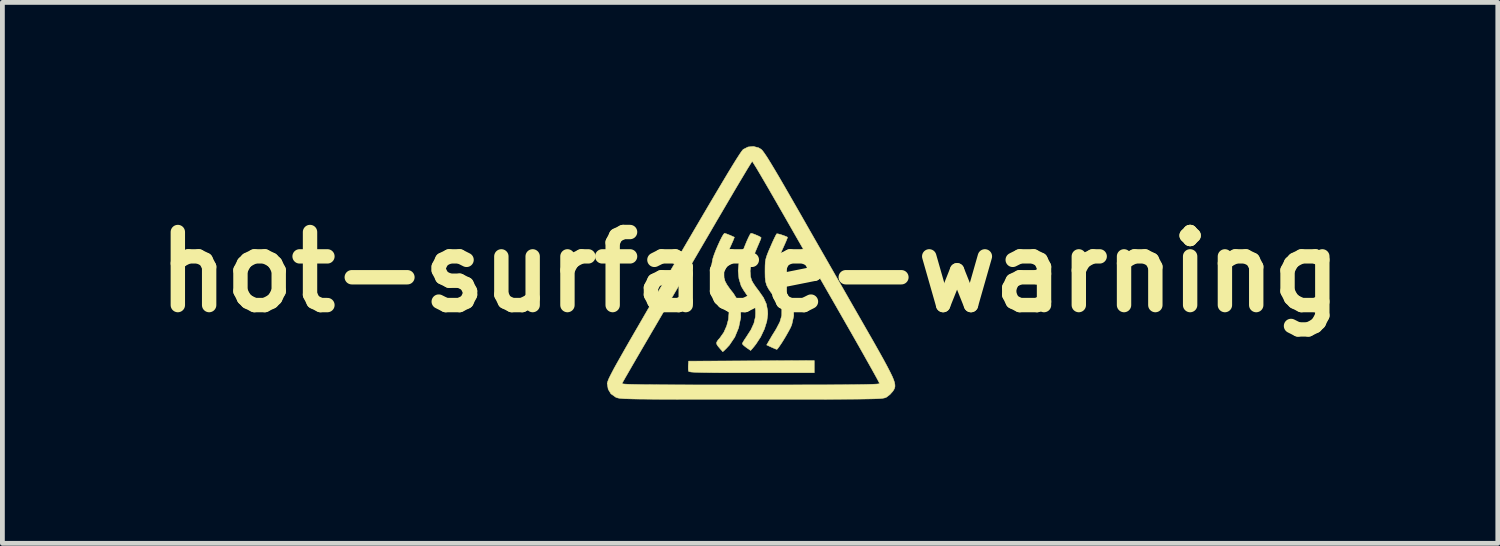
<source format=kicad_pcb>
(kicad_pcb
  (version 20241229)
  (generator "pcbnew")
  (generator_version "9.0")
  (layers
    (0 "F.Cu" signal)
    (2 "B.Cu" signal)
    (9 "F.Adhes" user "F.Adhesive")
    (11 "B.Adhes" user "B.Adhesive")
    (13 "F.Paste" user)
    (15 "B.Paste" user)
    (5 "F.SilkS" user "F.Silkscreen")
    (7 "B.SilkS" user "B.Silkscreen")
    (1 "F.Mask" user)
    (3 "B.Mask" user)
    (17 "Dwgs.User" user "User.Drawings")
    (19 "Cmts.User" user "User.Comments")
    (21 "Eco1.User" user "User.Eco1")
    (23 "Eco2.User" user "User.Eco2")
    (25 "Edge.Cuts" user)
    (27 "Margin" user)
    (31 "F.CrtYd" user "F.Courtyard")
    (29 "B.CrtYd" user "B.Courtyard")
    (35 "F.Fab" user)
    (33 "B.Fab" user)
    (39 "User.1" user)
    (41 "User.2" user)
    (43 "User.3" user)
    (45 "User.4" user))
  (footprint "hot-surface-warning"
    (layer "F.Cu")
    (at 12.598 2.625)
    (property "Reference" "hot-surface-warning" (at 0 0 0) (layer "F.SilkS") (effects (font (size 1.524 1.524) (thickness 0.3))))
    (attr through_hole)
    (fp_poly (pts (xy 1.339 2.101) (xy 0.034 2.101) (xy -0.25 2.101) (xy -0.492 2.101) (xy -0.693 2.1) (xy -0.859 2.098) (xy -0.992 2.096) (xy -1.095 2.093) (xy -1.172 2.09) (xy -1.226 2.086) (xy -1.261 2.08) (xy -1.279 2.074) (xy -1.284 2.069) (xy -1.29 2.026) (xy -1.29 1.961) (xy -1.289 1.948) (xy -1.282 1.859) (xy 0.029 1.853) (xy 1.339 1.847) (xy 1.339 2.101)) (stroke (width 0.01) (type solid)) (fill yes) (layer "F.SilkS"))
    (fp_poly (pts (xy -0.5 -0.799) (xy -0.442 -0.777) (xy -0.375 -0.748) (xy -0.328 -0.726) (xy -0.335 -0.705) (xy -0.357 -0.65) (xy -0.392 -0.571) (xy -0.432 -0.482) (xy -0.482 -0.37) (xy -0.514 -0.283) (xy -0.534 -0.209) (xy -0.545 -0.132) (xy -0.55 -0.052) (xy -0.552 0.042) (xy -0.545 0.119) (xy -0.524 0.188) (xy -0.485 0.261) (xy -0.425 0.348) (xy -0.345 0.45) (xy -0.25 0.603) (xy -0.199 0.767) (xy -0.194 0.939) (xy -0.195 0.95) (xy -0.239 1.163) (xy -0.319 1.357) (xy -0.432 1.525) (xy -0.501 1.599) (xy -0.569 1.663) (xy -0.615 1.611) (xy -0.671 1.545) (xy -0.698 1.501) (xy -0.697 1.464) (xy -0.669 1.42) (xy -0.626 1.371) (xy -0.547 1.258) (xy -0.488 1.125) (xy -0.451 0.986) (xy -0.44 0.852) (xy -0.459 0.737) (xy -0.463 0.725) (xy -0.488 0.677) (xy -0.534 0.607) (xy -0.591 0.53) (xy -0.598 0.522) (xy -0.659 0.441) (xy -0.713 0.363) (xy -0.75 0.303) (xy -0.751 0.3) (xy -0.782 0.211) (xy -0.8 0.092) (xy -0.805 -0.04) (xy -0.798 -0.17) (xy -0.776 -0.283) (xy -0.749 -0.365) (xy -0.712 -0.461) (xy -0.669 -0.56) (xy -0.626 -0.654) (xy -0.586 -0.733) (xy -0.554 -0.787) (xy -0.533 -0.808) (xy -0.533 -0.808) (xy -0.5 -0.799)) (stroke (width 0.01) (type solid)) (fill yes) (layer "F.SilkS"))
    (fp_poly (pts (xy 0.055 -0.8) (xy 0.11 -0.779) (xy 0.169 -0.754) (xy 0.214 -0.73) (xy 0.231 -0.716) (xy 0.222 -0.688) (xy 0.198 -0.63) (xy 0.164 -0.551) (xy 0.152 -0.524) (xy 0.071 -0.33) (xy 0.021 -0.165) (xy 0.001 -0.024) (xy 0.01 0.097) (xy 0.033 0.174) (xy 0.064 0.231) (xy 0.115 0.307) (xy 0.176 0.388) (xy 0.183 0.397) (xy 0.28 0.536) (xy 0.34 0.669) (xy 0.366 0.809) (xy 0.369 0.876) (xy 0.35 1.025) (xy 0.299 1.188) (xy 0.221 1.353) (xy 0.121 1.506) (xy 0.069 1.571) (xy 0.012 1.637) (xy -0.075 1.577) (xy -0.127 1.537) (xy -0.158 1.504) (xy -0.162 1.495) (xy -0.149 1.465) (xy -0.116 1.411) (xy -0.078 1.355) (xy 0.019 1.204) (xy 0.081 1.068) (xy 0.111 0.936) (xy 0.115 0.862) (xy 0.114 0.793) (xy 0.106 0.741) (xy 0.086 0.692) (xy 0.049 0.634) (xy -0.012 0.554) (xy -0.014 0.55) (xy -0.078 0.462) (xy -0.136 0.376) (xy -0.178 0.305) (xy -0.187 0.287) (xy -0.232 0.139) (xy -0.248 -0.026) (xy -0.232 -0.193) (xy -0.231 -0.197) (xy -0.213 -0.262) (xy -0.184 -0.348) (xy -0.148 -0.447) (xy -0.107 -0.549) (xy -0.067 -0.646) (xy -0.03 -0.727) (xy -0.000306 -0.784) (xy 0.018 -0.808) (xy 0.019 -0.808) (xy 0.055 -0.8)) (stroke (width 0.01) (type solid)) (fill yes) (layer "F.SilkS"))
    (fp_poly (pts (xy 0.584 -0.796) (xy 0.637 -0.782) (xy 0.7 -0.761) (xy 0.754 -0.74) (xy 0.781 -0.726) (xy 0.775 -0.704) (xy 0.753 -0.649) (xy 0.718 -0.569) (xy 0.678 -0.481) (xy 0.628 -0.368) (xy 0.595 -0.281) (xy 0.575 -0.205) (xy 0.564 -0.125) (xy 0.559 -0.053) (xy 0.556 0.041) (xy 0.563 0.117) (xy 0.583 0.186) (xy 0.621 0.259) (xy 0.682 0.345) (xy 0.763 0.45) (xy 0.857 0.598) (xy 0.906 0.751) (xy 0.911 0.913) (xy 0.872 1.089) (xy 0.864 1.113) (xy 0.841 1.165) (xy 0.802 1.238) (xy 0.754 1.323) (xy 0.701 1.412) (xy 0.649 1.494) (xy 0.603 1.561) (xy 0.571 1.604) (xy 0.557 1.614) (xy 0.529 1.604) (xy 0.475 1.581) (xy 0.444 1.567) (xy 0.346 1.522) (xy 0.409 1.413) (xy 0.458 1.329) (xy 0.517 1.234) (xy 0.547 1.185) (xy 0.622 1.041) (xy 0.661 0.906) (xy 0.662 0.785) (xy 0.661 0.78) (xy 0.637 0.715) (xy 0.588 0.63) (xy 0.522 0.538) (xy 0.439 0.43) (xy 0.382 0.346) (xy 0.345 0.273) (xy 0.324 0.199) (xy 0.314 0.113) (xy 0.312 0.003) (xy 0.312 -0.023) (xy 0.313 -0.126) (xy 0.317 -0.204) (xy 0.328 -0.27) (xy 0.348 -0.337) (xy 0.38 -0.421) (xy 0.426 -0.526) (xy 0.47 -0.627) (xy 0.51 -0.712) (xy 0.54 -0.772) (xy 0.556 -0.798) (xy 0.556 -0.798) (xy 0.584 -0.796)) (stroke (width 0.01) (type solid)) (fill yes) (layer "F.SilkS"))
    (fp_poly (pts (xy 0.178 -2.592) (xy 0.234 -2.558) (xy 0.26 -2.531) (xy 0.298 -2.479) (xy 0.351 -2.401) (xy 0.418 -2.293) (xy 0.502 -2.154) (xy 0.604 -1.982) (xy 0.724 -1.775) (xy 0.865 -1.53) (xy 0.95 -1.382) (xy 1.09 -1.138) (xy 1.247 -0.862) (xy 1.417 -0.565) (xy 1.595 -0.255) (xy 1.774 0.058) (xy 1.951 0.366) (xy 2.119 0.66) (xy 2.274 0.93) (xy 2.297 0.97) (xy 2.45 1.237) (xy 2.582 1.467) (xy 2.693 1.664) (xy 2.785 1.829) (xy 2.86 1.968) (xy 2.919 2.082) (xy 2.964 2.174) (xy 2.995 2.248) (xy 3.014 2.307) (xy 3.022 2.355) (xy 3.022 2.393) (xy 3.013 2.425) (xy 2.999 2.455) (xy 2.979 2.486) (xy 2.975 2.491) (xy 2.918 2.555) (xy 2.849 2.608) (xy 2.841 2.613) (xy 2.827 2.619) (xy 2.81 2.625) (xy 2.787 2.63) (xy 2.756 2.635) (xy 2.714 2.639) (xy 2.658 2.642) (xy 2.587 2.645) (xy 2.497 2.647) (xy 2.386 2.649) (xy 2.252 2.651) (xy 2.092 2.652) (xy 1.903 2.653) (xy 1.683 2.654) (xy 1.43 2.655) (xy 1.14 2.655) (xy 0.812 2.655) (xy 0.443 2.655) (xy 0.03 2.655) (xy 0.023 2.655) (xy -0.389 2.655) (xy -0.759 2.655) (xy -1.087 2.655) (xy -1.377 2.655) (xy -1.63 2.654) (xy -1.85 2.654) (xy -2.039 2.653) (xy -2.2 2.651) (xy -2.334 2.65) (xy -2.446 2.648) (xy -2.536 2.645) (xy -2.608 2.643) (xy -2.665 2.639) (xy -2.708 2.635) (xy -2.74 2.631) (xy -2.765 2.625) (xy -2.783 2.62) (xy -2.799 2.613) (xy -2.806 2.609) (xy -2.903 2.54) (xy -2.96 2.445) (xy -2.979 2.33) (xy -2.978 2.325) (xy -2.672 2.325) (xy -2.667 2.33) (xy -2.646 2.334) (xy -2.608 2.338) (xy -2.55 2.341) (xy -2.47 2.344) (xy -2.366 2.346) (xy -2.235 2.349) (xy -2.076 2.35) (xy -1.885 2.352) (xy -1.662 2.353) (xy -1.403 2.354) (xy -1.107 2.355) (xy -0.771 2.355) (xy -0.394 2.355) (xy 0.009 2.355) (xy 0.431 2.355) (xy 0.809 2.355) (xy 1.145 2.354) (xy 1.442 2.354) (xy 1.701 2.353) (xy 1.925 2.352) (xy 2.115 2.35) (xy 2.274 2.348) (xy 2.405 2.346) (xy 2.508 2.343) (xy 2.587 2.34) (xy 2.644 2.337) (xy 2.68 2.333) (xy 2.698 2.329) (xy 2.702 2.326) (xy 2.69 2.301) (xy 2.658 2.24) (xy 2.606 2.145) (xy 2.537 2.021) (xy 2.452 1.87) (xy 2.354 1.695) (xy 2.244 1.501) (xy 2.124 1.29) (xy 1.995 1.065) (xy 1.92 0.934) (xy 1.769 0.67) (xy 1.608 0.39) (xy 1.443 0.102) (xy 1.277 -0.187) (xy 1.115 -0.47) (xy 0.96 -0.74) (xy 0.817 -0.99) (xy 0.69 -1.212) (xy 0.6 -1.368) (xy 0.491 -1.558) (xy 0.389 -1.735) (xy 0.295 -1.896) (xy 0.213 -2.036) (xy 0.145 -2.151) (xy 0.092 -2.237) (xy 0.058 -2.291) (xy 0.045 -2.309) (xy 0.03 -2.29) (xy -0.005 -2.234) (xy -0.06 -2.145) (xy -0.131 -2.026) (xy -0.218 -1.881) (xy -0.317 -1.714) (xy -0.427 -1.527) (xy -0.546 -1.324) (xy -0.672 -1.109) (xy -0.676 -1.103) (xy -0.829 -0.84) (xy -0.997 -0.553) (xy -1.174 -0.25) (xy -1.355 0.06) (xy -1.534 0.367) (xy -1.707 0.663) (xy -1.867 0.938) (xy -2.01 1.183) (xy -2.02 1.199) (xy -2.14 1.405) (xy -2.254 1.6) (xy -2.358 1.779) (xy -2.451 1.939) (xy -2.53 2.076) (xy -2.594 2.187) (xy -2.64 2.268) (xy -2.667 2.315) (xy -2.672 2.325) (xy -2.978 2.325) (xy -2.977 2.312) (xy -2.971 2.289) (xy -2.96 2.258) (xy -2.943 2.217) (xy -2.917 2.164) (xy -2.883 2.098) (xy -2.839 2.014) (xy -2.783 1.913) (xy -2.714 1.791) (xy -2.632 1.646) (xy -2.535 1.476) (xy -2.421 1.279) (xy -2.29 1.053) (xy -2.141 0.795) (xy -1.971 0.504) (xy -1.781 0.177) (xy -1.599 -0.134) (xy -1.374 -0.52) (xy -1.171 -0.867) (xy -0.989 -1.177) (xy -0.828 -1.451) (xy -0.685 -1.691) (xy -0.562 -1.898) (xy -0.456 -2.075) (xy -0.367 -2.221) (xy -0.294 -2.339) (xy -0.235 -2.431) (xy -0.191 -2.497) (xy -0.16 -2.539) (xy -0.142 -2.559) (xy -0.042 -2.609) (xy 0.07 -2.62) (xy 0.178 -2.592)) (stroke (width 0.01) (type solid)) (fill yes) (layer "F.SilkS")))
  (gr_rect
    (start -3 -3)
    (end 28.197 8.285)
    (stroke (width 0.1) (type default))
    (fill no)
    (layer "Edge.Cuts")))
</source>
